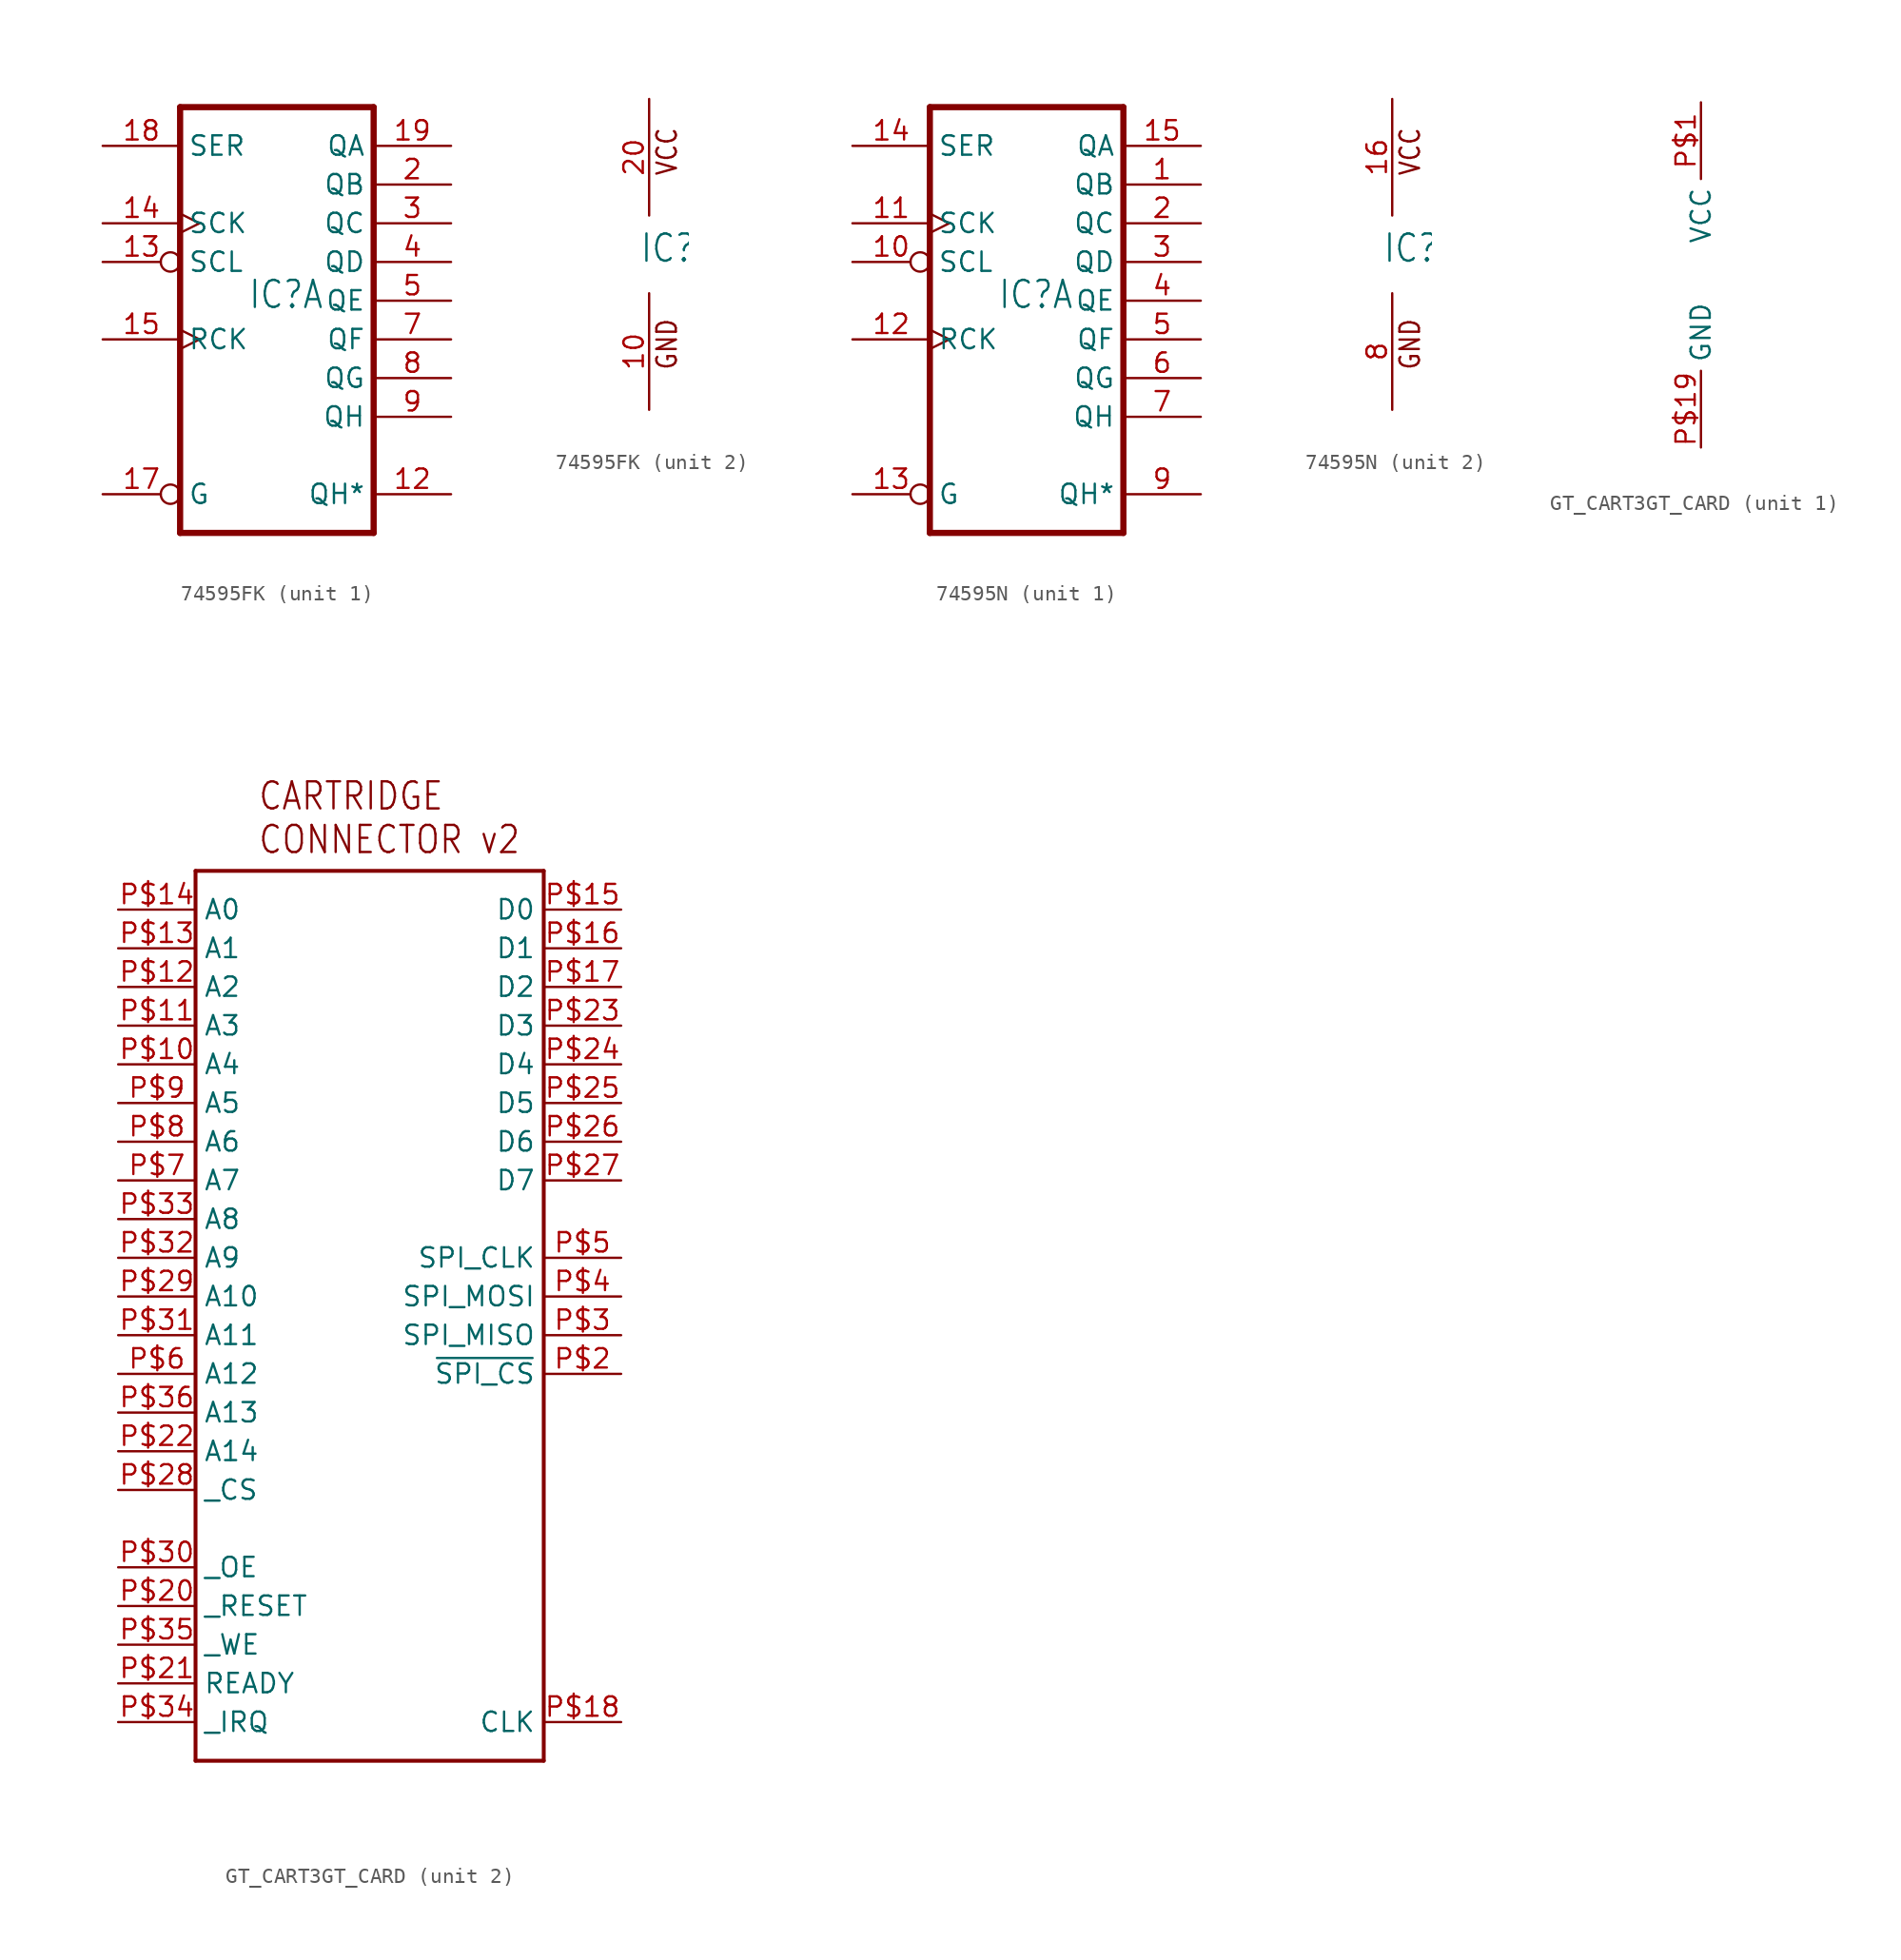
<source format=kicad_sym>
(kicad_symbol_lib
  (version 20220914)
  (generator kicad_symbol_editor)
  (symbol "74595FK"
    (property "Reference" "IC"
      (at -0.635 -0.635 0)
      (effects (font (size 1.778 1.511)) (justify left bottom)))
    (property "ki_locked" ""
      (at 0 0 0)
      (effects (font (size 1.27 1.27))))
    (symbol "74595FK_1_0"
      (polyline (pts (xy -5.08 -15.24) (xy 7.62 -15.24)) (stroke (width 0.406) (type solid)) (fill (type none)))
      (polyline (pts (xy -5.08 12.7) (xy -5.08 -15.24)) (stroke (width 0.406) (type solid)) (fill (type none)))
      (polyline (pts (xy 7.62 -15.24) (xy 7.62 12.7)) (stroke (width 0.406) (type solid)) (fill (type none)))
      (polyline (pts (xy 7.62 12.7) (xy -5.08 12.7)) (stroke (width 0.406) (type solid)) (fill (type none)))
      (pin tri_state line (at 12.7 -12.7 180) (length 5.08) (name "QH*" (effects (font (size 1.27 1.27)))) (number "12" (effects (font (size 1.27 1.27)))))
      (pin input inverted (at -10.16 2.54 0) (length 5.08) (name "SCL" (effects (font (size 1.27 1.27)))) (number "13" (effects (font (size 1.27 1.27)))))
      (pin input clock (at -10.16 5.08 0) (length 5.08) (name "SCK" (effects (font (size 1.27 1.27)))) (number "14" (effects (font (size 1.27 1.27)))))
      (pin input clock (at -10.16 -2.54 0) (length 5.08) (name "RCK" (effects (font (size 1.27 1.27)))) (number "15" (effects (font (size 1.27 1.27)))))
      (pin input inverted (at -10.16 -12.7 0) (length 5.08) (name "G" (effects (font (size 1.27 1.27)))) (number "17" (effects (font (size 1.27 1.27)))))
      (pin input line (at -10.16 10.16 0) (length 5.08) (name "SER" (effects (font (size 1.27 1.27)))) (number "18" (effects (font (size 1.27 1.27)))))
      (pin tri_state line (at 12.7 10.16 180) (length 5.08) (name "QA" (effects (font (size 1.27 1.27)))) (number "19" (effects (font (size 1.27 1.27)))))
      (pin tri_state line (at 12.7 7.62 180) (length 5.08) (name "QB" (effects (font (size 1.27 1.27)))) (number "2" (effects (font (size 1.27 1.27)))))
      (pin tri_state line (at 12.7 5.08 180) (length 5.08) (name "QC" (effects (font (size 1.27 1.27)))) (number "3" (effects (font (size 1.27 1.27)))))
      (pin tri_state line (at 12.7 2.54 180) (length 5.08) (name "QD" (effects (font (size 1.27 1.27)))) (number "4" (effects (font (size 1.27 1.27)))))
      (pin tri_state line (at 12.7 0 180) (length 5.08) (name "QE" (effects (font (size 1.27 1.27)))) (number "5" (effects (font (size 1.27 1.27)))))
      (pin tri_state line (at 12.7 -2.54 180) (length 5.08) (name "QF" (effects (font (size 1.27 1.27)))) (number "7" (effects (font (size 1.27 1.27)))))
      (pin tri_state line (at 12.7 -5.08 180) (length 5.08) (name "QG" (effects (font (size 1.27 1.27)))) (number "8" (effects (font (size 1.27 1.27)))))
      (pin tri_state line (at 12.7 -7.62 180) (length 5.08) (name "QH" (effects (font (size 1.27 1.27)))) (number "9" (effects (font (size 1.27 1.27))))))
    (symbol "74595FK_2_0"
      (text "GND" (at 1.905 -7.62 900) (effects (font (size 1.27 1.079)) (justify left bottom)))
      (text "VCC" (at 1.905 5.08 900) (effects (font (size 1.27 1.079)) (justify left bottom)))
      (pin power_in line (at 0 -10.16 90) (length 7.62) (name "GND" (effects (font (size 0 0)))) (number "10" (effects (font (size 1.27 1.27)))))
      (pin power_in line (at 0 10.16 270) (length 7.62) (name "VCC" (effects (font (size 0 0)))) (number "20" (effects (font (size 1.27 1.27)))))))
  (symbol "74595N"
    (property "Reference" "IC"
      (at -0.635 -0.635 0)
      (effects (font (size 1.778 1.511)) (justify left bottom)))
    (property "ki_locked" ""
      (at 0 0 0)
      (effects (font (size 1.27 1.27))))
    (symbol "74595N_1_0"
      (polyline (pts (xy -5.08 -15.24) (xy 7.62 -15.24)) (stroke (width 0.406) (type solid)) (fill (type none)))
      (polyline (pts (xy -5.08 12.7) (xy -5.08 -15.24)) (stroke (width 0.406) (type solid)) (fill (type none)))
      (polyline (pts (xy 7.62 -15.24) (xy 7.62 12.7)) (stroke (width 0.406) (type solid)) (fill (type none)))
      (polyline (pts (xy 7.62 12.7) (xy -5.08 12.7)) (stroke (width 0.406) (type solid)) (fill (type none)))
      (pin tri_state line (at 12.7 7.62 180) (length 5.08) (name "QB" (effects (font (size 1.27 1.27)))) (number "1" (effects (font (size 1.27 1.27)))))
      (pin input inverted (at -10.16 2.54 0) (length 5.08) (name "SCL" (effects (font (size 1.27 1.27)))) (number "10" (effects (font (size 1.27 1.27)))))
      (pin input clock (at -10.16 5.08 0) (length 5.08) (name "SCK" (effects (font (size 1.27 1.27)))) (number "11" (effects (font (size 1.27 1.27)))))
      (pin input clock (at -10.16 -2.54 0) (length 5.08) (name "RCK" (effects (font (size 1.27 1.27)))) (number "12" (effects (font (size 1.27 1.27)))))
      (pin input inverted (at -10.16 -12.7 0) (length 5.08) (name "G" (effects (font (size 1.27 1.27)))) (number "13" (effects (font (size 1.27 1.27)))))
      (pin input line (at -10.16 10.16 0) (length 5.08) (name "SER" (effects (font (size 1.27 1.27)))) (number "14" (effects (font (size 1.27 1.27)))))
      (pin tri_state line (at 12.7 10.16 180) (length 5.08) (name "QA" (effects (font (size 1.27 1.27)))) (number "15" (effects (font (size 1.27 1.27)))))
      (pin tri_state line (at 12.7 5.08 180) (length 5.08) (name "QC" (effects (font (size 1.27 1.27)))) (number "2" (effects (font (size 1.27 1.27)))))
      (pin tri_state line (at 12.7 2.54 180) (length 5.08) (name "QD" (effects (font (size 1.27 1.27)))) (number "3" (effects (font (size 1.27 1.27)))))
      (pin tri_state line (at 12.7 0 180) (length 5.08) (name "QE" (effects (font (size 1.27 1.27)))) (number "4" (effects (font (size 1.27 1.27)))))
      (pin tri_state line (at 12.7 -2.54 180) (length 5.08) (name "QF" (effects (font (size 1.27 1.27)))) (number "5" (effects (font (size 1.27 1.27)))))
      (pin tri_state line (at 12.7 -5.08 180) (length 5.08) (name "QG" (effects (font (size 1.27 1.27)))) (number "6" (effects (font (size 1.27 1.27)))))
      (pin tri_state line (at 12.7 -7.62 180) (length 5.08) (name "QH" (effects (font (size 1.27 1.27)))) (number "7" (effects (font (size 1.27 1.27)))))
      (pin tri_state line (at 12.7 -12.7 180) (length 5.08) (name "QH*" (effects (font (size 1.27 1.27)))) (number "9" (effects (font (size 1.27 1.27))))))
    (symbol "74595N_2_0"
      (text "GND" (at 1.905 -7.62 900) (effects (font (size 1.27 1.079)) (justify left bottom)))
      (text "VCC" (at 1.905 5.08 900) (effects (font (size 1.27 1.079)) (justify left bottom)))
      (pin power_in line (at 0 10.16 270) (length 7.62) (name "VCC" (effects (font (size 0 0)))) (number "16" (effects (font (size 1.27 1.27)))))
      (pin power_in line (at 0 -10.16 90) (length 7.62) (name "GND" (effects (font (size 0 0)))) (number "8" (effects (font (size 1.27 1.27)))))))
  (symbol "GT_CART3GT_CARD"
    (property "Reference" ""
      (at 0 0 0)
      (effects (font (size 1.27 1.27)) hide))
    (property "ki_locked" ""
      (at 0 0 0)
      (effects (font (size 1.27 1.27))))
    (symbol "GT_CART3GT_CARD_1_0"
      (pin power_in line (at 0 12.7 270) (length 5.08) (name "VCC" (effects (font (size 1.27 1.27)))) (number "P$1" (effects (font (size 1.27 1.27)))))
      (pin power_in line (at 0 -10.16 90) (length 5.08) (name "GND" (effects (font (size 1.27 1.27)))) (number "P$19" (effects (font (size 1.27 1.27))))))
    (symbol "GT_CART3GT_CARD_2_0"
      (polyline (pts (xy -10.16 -35.56) (xy -10.16 22.86)) (stroke (width 0.254) (type solid)) (fill (type none)))
      (polyline (pts (xy -10.16 22.86) (xy 12.7 22.86)) (stroke (width 0.254) (type solid)) (fill (type none)))
      (polyline (pts (xy 12.7 -35.56) (xy -10.16 -35.56)) (stroke (width 0.254) (type solid)) (fill (type none)))
      (polyline (pts (xy 12.7 22.86) (xy 12.7 -35.56)) (stroke (width 0.254) (type solid)) (fill (type none)))
      (text "CARTRIDGE\nCONNECTOR v2" (at -6.096 23.876 0) (effects (font (size 1.778 1.511)) (justify left bottom)))
      (pin bidirectional line (at -15.24 10.16 0) (length 5.08) (name "A4" (effects (font (size 1.27 1.27)))) (number "P$10" (effects (font (size 1.27 1.27)))))
      (pin bidirectional line (at -15.24 12.7 0) (length 5.08) (name "A3" (effects (font (size 1.27 1.27)))) (number "P$11" (effects (font (size 1.27 1.27)))))
      (pin bidirectional line (at -15.24 15.24 0) (length 5.08) (name "A2" (effects (font (size 1.27 1.27)))) (number "P$12" (effects (font (size 1.27 1.27)))))
      (pin bidirectional line (at -15.24 17.78 0) (length 5.08) (name "A1" (effects (font (size 1.27 1.27)))) (number "P$13" (effects (font (size 1.27 1.27)))))
      (pin bidirectional line (at -15.24 20.32 0) (length 5.08) (name "A0" (effects (font (size 1.27 1.27)))) (number "P$14" (effects (font (size 1.27 1.27)))))
      (pin bidirectional line (at 17.78 20.32 180) (length 5.08) (name "D0" (effects (font (size 1.27 1.27)))) (number "P$15" (effects (font (size 1.27 1.27)))))
      (pin bidirectional line (at 17.78 17.78 180) (length 5.08) (name "D1" (effects (font (size 1.27 1.27)))) (number "P$16" (effects (font (size 1.27 1.27)))))
      (pin bidirectional line (at 17.78 15.24 180) (length 5.08) (name "D2" (effects (font (size 1.27 1.27)))) (number "P$17" (effects (font (size 1.27 1.27)))))
      (pin bidirectional line (at 17.78 -33.02 180) (length 5.08) (name "CLK" (effects (font (size 1.27 1.27)))) (number "P$18" (effects (font (size 1.27 1.27)))))
      (pin bidirectional line (at 17.78 -10.16 180) (length 5.08) (name "~{SPI_CS}" (effects (font (size 1.27 1.27)))) (number "P$2" (effects (font (size 1.27 1.27)))))
      (pin bidirectional line (at -15.24 -25.4 0) (length 5.08) (name "_RESET" (effects (font (size 1.27 1.27)))) (number "P$20" (effects (font (size 1.27 1.27)))))
      (pin bidirectional line (at -15.24 -30.48 0) (length 5.08) (name "READY" (effects (font (size 1.27 1.27)))) (number "P$21" (effects (font (size 1.27 1.27)))))
      (pin bidirectional line (at -15.24 -15.24 0) (length 5.08) (name "A14" (effects (font (size 1.27 1.27)))) (number "P$22" (effects (font (size 1.27 1.27)))))
      (pin bidirectional line (at 17.78 12.7 180) (length 5.08) (name "D3" (effects (font (size 1.27 1.27)))) (number "P$23" (effects (font (size 1.27 1.27)))))
      (pin bidirectional line (at 17.78 10.16 180) (length 5.08) (name "D4" (effects (font (size 1.27 1.27)))) (number "P$24" (effects (font (size 1.27 1.27)))))
      (pin bidirectional line (at 17.78 7.62 180) (length 5.08) (name "D5" (effects (font (size 1.27 1.27)))) (number "P$25" (effects (font (size 1.27 1.27)))))
      (pin bidirectional line (at 17.78 5.08 180) (length 5.08) (name "D6" (effects (font (size 1.27 1.27)))) (number "P$26" (effects (font (size 1.27 1.27)))))
      (pin bidirectional line (at 17.78 2.54 180) (length 5.08) (name "D7" (effects (font (size 1.27 1.27)))) (number "P$27" (effects (font (size 1.27 1.27)))))
      (pin bidirectional line (at -15.24 -17.78 0) (length 5.08) (name "_CS" (effects (font (size 1.27 1.27)))) (number "P$28" (effects (font (size 1.27 1.27)))))
      (pin bidirectional line (at -15.24 -5.08 0) (length 5.08) (name "A10" (effects (font (size 1.27 1.27)))) (number "P$29" (effects (font (size 1.27 1.27)))))
      (pin bidirectional line (at 17.78 -7.62 180) (length 5.08) (name "SPI_MISO" (effects (font (size 1.27 1.27)))) (number "P$3" (effects (font (size 1.27 1.27)))))
      (pin bidirectional line (at -15.24 -22.86 0) (length 5.08) (name "_OE" (effects (font (size 1.27 1.27)))) (number "P$30" (effects (font (size 1.27 1.27)))))
      (pin bidirectional line (at -15.24 -7.62 0) (length 5.08) (name "A11" (effects (font (size 1.27 1.27)))) (number "P$31" (effects (font (size 1.27 1.27)))))
      (pin bidirectional line (at -15.24 -2.54 0) (length 5.08) (name "A9" (effects (font (size 1.27 1.27)))) (number "P$32" (effects (font (size 1.27 1.27)))))
      (pin bidirectional line (at -15.24 0 0) (length 5.08) (name "A8" (effects (font (size 1.27 1.27)))) (number "P$33" (effects (font (size 1.27 1.27)))))
      (pin bidirectional line (at -15.24 -33.02 0) (length 5.08) (name "_IRQ" (effects (font (size 1.27 1.27)))) (number "P$34" (effects (font (size 1.27 1.27)))))
      (pin bidirectional line (at -15.24 -27.94 0) (length 5.08) (name "_WE" (effects (font (size 1.27 1.27)))) (number "P$35" (effects (font (size 1.27 1.27)))))
      (pin bidirectional line (at -15.24 -12.7 0) (length 5.08) (name "A13" (effects (font (size 1.27 1.27)))) (number "P$36" (effects (font (size 1.27 1.27)))))
      (pin bidirectional line (at 17.78 -5.08 180) (length 5.08) (name "SPI_MOSI" (effects (font (size 1.27 1.27)))) (number "P$4" (effects (font (size 1.27 1.27)))))
      (pin bidirectional line (at 17.78 -2.54 180) (length 5.08) (name "SPI_CLK" (effects (font (size 1.27 1.27)))) (number "P$5" (effects (font (size 1.27 1.27)))))
      (pin bidirectional line (at -15.24 -10.16 0) (length 5.08) (name "A12" (effects (font (size 1.27 1.27)))) (number "P$6" (effects (font (size 1.27 1.27)))))
      (pin bidirectional line (at -15.24 2.54 0) (length 5.08) (name "A7" (effects (font (size 1.27 1.27)))) (number "P$7" (effects (font (size 1.27 1.27)))))
      (pin bidirectional line (at -15.24 5.08 0) (length 5.08) (name "A6" (effects (font (size 1.27 1.27)))) (number "P$8" (effects (font (size 1.27 1.27)))))
      (pin bidirectional line (at -15.24 7.62 0) (length 5.08) (name "A5" (effects (font (size 1.27 1.27)))) (number "P$9" (effects (font (size 1.27 1.27))))))))
</source>
